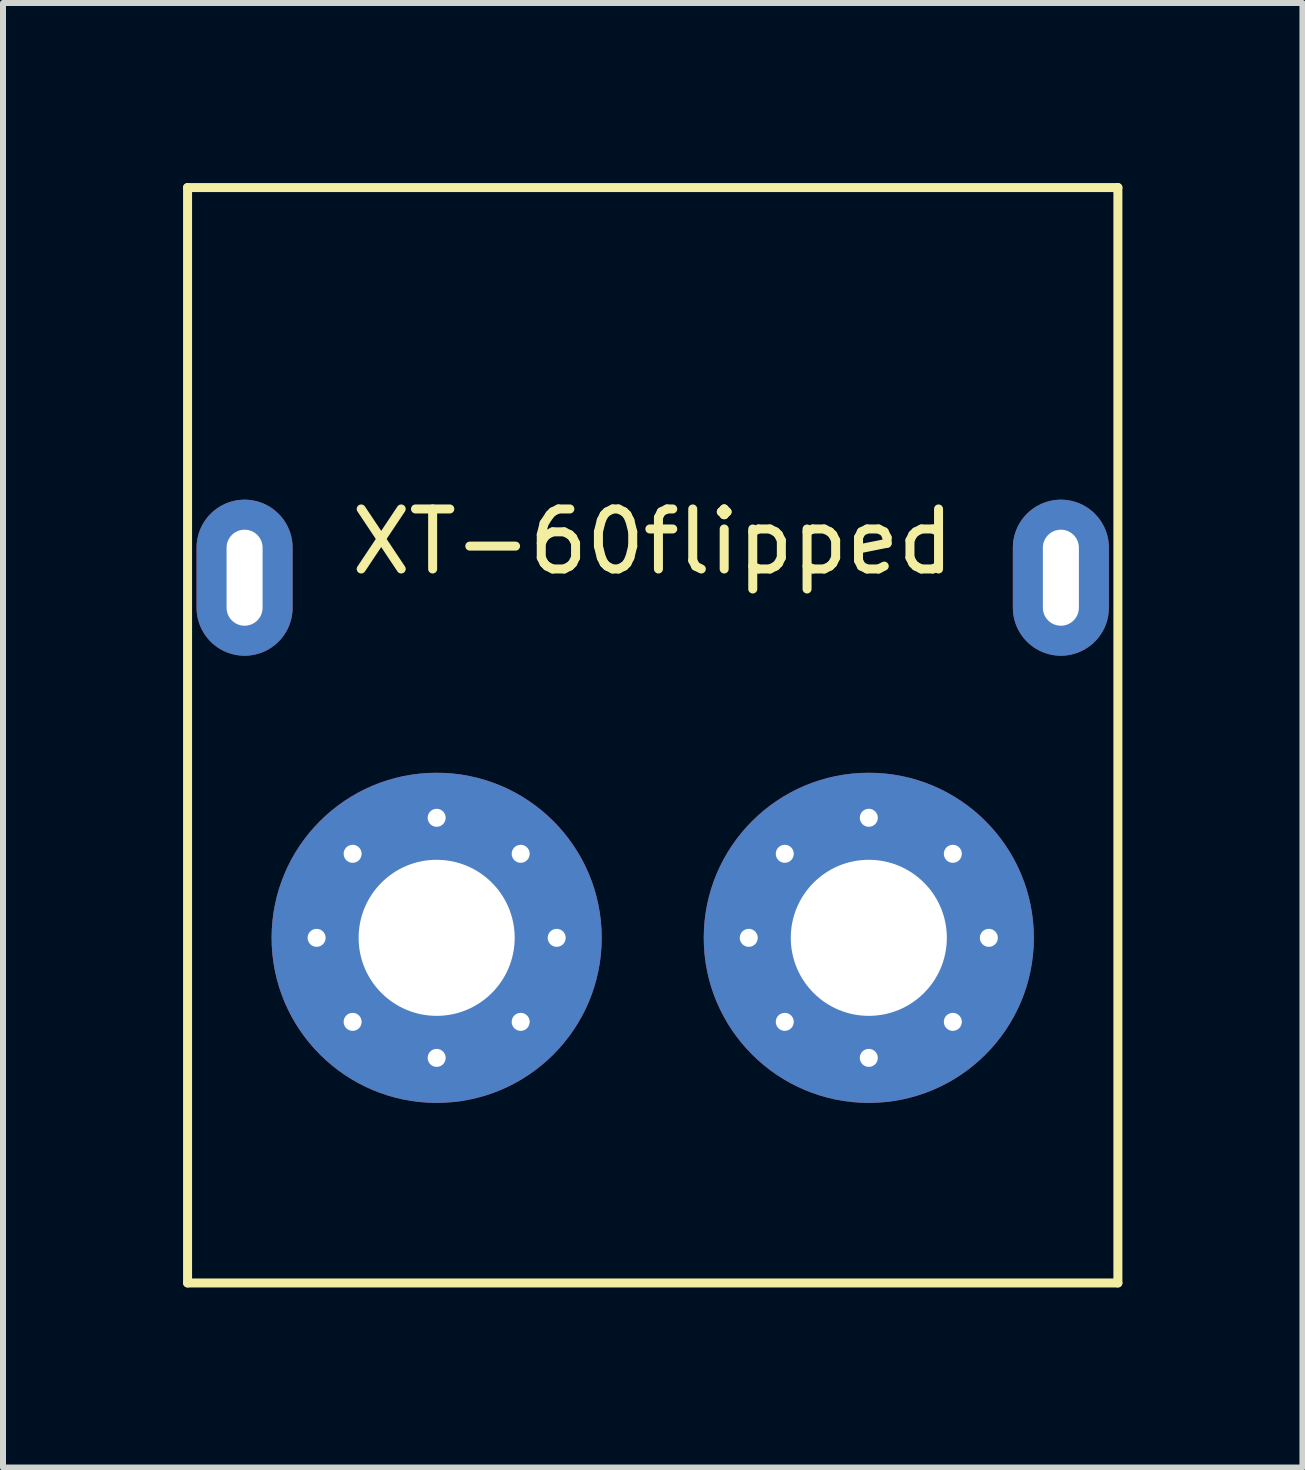
<source format=kicad_pcb>
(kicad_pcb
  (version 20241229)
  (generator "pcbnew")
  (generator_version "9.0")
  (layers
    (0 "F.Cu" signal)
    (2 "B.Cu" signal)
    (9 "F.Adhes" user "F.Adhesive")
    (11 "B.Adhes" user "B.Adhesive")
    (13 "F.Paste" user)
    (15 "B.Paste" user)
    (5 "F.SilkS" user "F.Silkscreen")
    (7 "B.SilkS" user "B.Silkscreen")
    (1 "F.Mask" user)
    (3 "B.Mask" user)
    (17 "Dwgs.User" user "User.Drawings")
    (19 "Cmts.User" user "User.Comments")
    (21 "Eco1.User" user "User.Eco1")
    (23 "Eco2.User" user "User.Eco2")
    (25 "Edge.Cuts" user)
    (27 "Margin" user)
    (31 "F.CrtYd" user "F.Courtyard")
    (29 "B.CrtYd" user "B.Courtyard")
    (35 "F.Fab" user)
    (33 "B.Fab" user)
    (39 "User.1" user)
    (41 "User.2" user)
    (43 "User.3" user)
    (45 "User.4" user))
  (footprint "XT-60flipped"
    (layer "F.Cu")
    (at 7.825 12.575)
    (property "Reference" "XT-60flipped" (at 0 -6.6 0) (layer "F.SilkS") (effects (font (size 1 1) (thickness 0.15))))
    (attr through_hole)
    (fp_line (start -7.75 -12.5) (end -7.75 5.75) (stroke (width 0.15) (type solid)) (layer "F.SilkS"))
    (fp_line (start -7.75 -12.5) (end 7.75 -12.5) (stroke (width 0.15) (type solid)) (layer "F.SilkS"))
    (fp_line (start -7.75 5.75) (end 7.75 5.75) (stroke (width 0.15) (type solid)) (layer "F.SilkS"))
    (fp_line (start 7.75 -12.5) (end 7.75 5.75) (stroke (width 0.15) (type solid)) (layer "F.SilkS"))
    (pad "" thru_hole oval (at -6.8 -6) (size 1.6 2.6) (drill oval 0.6 1.6) (layers "*.Cu" "*.Mask"))
    (pad "" thru_hole oval (at 6.8 -6) (size 1.6 2.6) (drill oval 0.6 1.6) (layers "*.Cu" "*.Mask"))
    (pad "1" thru_hole circle (at -5.6 0) (size 1 1) (drill 0.3) (layers "*.Cu" "*.Mask"))
    (pad "1" thru_hole circle (at -5 -1.4) (size 1 1) (drill 0.3) (layers "*.Cu" "*.Mask"))
    (pad "1" thru_hole circle (at -5 1.4) (size 1 1) (drill 0.3) (layers "*.Cu" "*.Mask"))
    (pad "1" thru_hole circle (at -3.6 -2) (size 1 1) (drill 0.3) (layers "*.Cu" "*.Mask"))
    (pad "1" thru_hole circle (at -3.6 0) (size 5.5 5.5) (drill 2.6) (layers "*.Cu" "*.Mask"))
    (pad "1" thru_hole circle (at -3.6 2) (size 1 1) (drill 0.3) (layers "*.Cu" "*.Mask"))
    (pad "1" thru_hole circle (at -2.2 -1.4) (size 1 1) (drill 0.3) (layers "*.Cu" "*.Mask"))
    (pad "1" thru_hole circle (at -2.2 1.4) (size 1 1) (drill 0.3) (layers "*.Cu" "*.Mask"))
    (pad "1" thru_hole circle (at -1.6 0) (size 1 1) (drill 0.3) (layers "*.Cu" "*.Mask"))
    (pad "2" thru_hole circle (at 1.6 0) (size 1 1) (drill 0.3) (layers "*.Cu" "*.Mask"))
    (pad "2" thru_hole circle (at 2.2 -1.4) (size 1 1) (drill 0.3) (layers "*.Cu" "*.Mask"))
    (pad "2" thru_hole circle (at 2.2 1.4) (size 1 1) (drill 0.3) (layers "*.Cu" "*.Mask"))
    (pad "2" thru_hole circle (at 3.6 -2) (size 1 1) (drill 0.3) (layers "*.Cu" "*.Mask"))
    (pad "2" thru_hole circle (at 3.6 0) (size 5.5 5.5) (drill 2.6) (layers "*.Cu" "*.Mask"))
    (pad "2" thru_hole circle (at 3.6 2) (size 1 1) (drill 0.3) (layers "*.Cu" "*.Mask"))
    (pad "2" thru_hole circle (at 5 -1.4) (size 1 1) (drill 0.3) (layers "*.Cu" "*.Mask"))
    (pad "2" thru_hole circle (at 5 1.4) (size 1 1) (drill 0.3) (layers "*.Cu" "*.Mask"))
    (pad "2" thru_hole circle (at 5.6 0) (size 1 1) (drill 0.3) (layers "*.Cu" "*.Mask")))
  (gr_rect
    (start -3 -3)
    (end 18.65 21.4)
    (stroke (width 0.1) (type default))
    (fill no)
    (layer "Edge.Cuts")))
</source>
